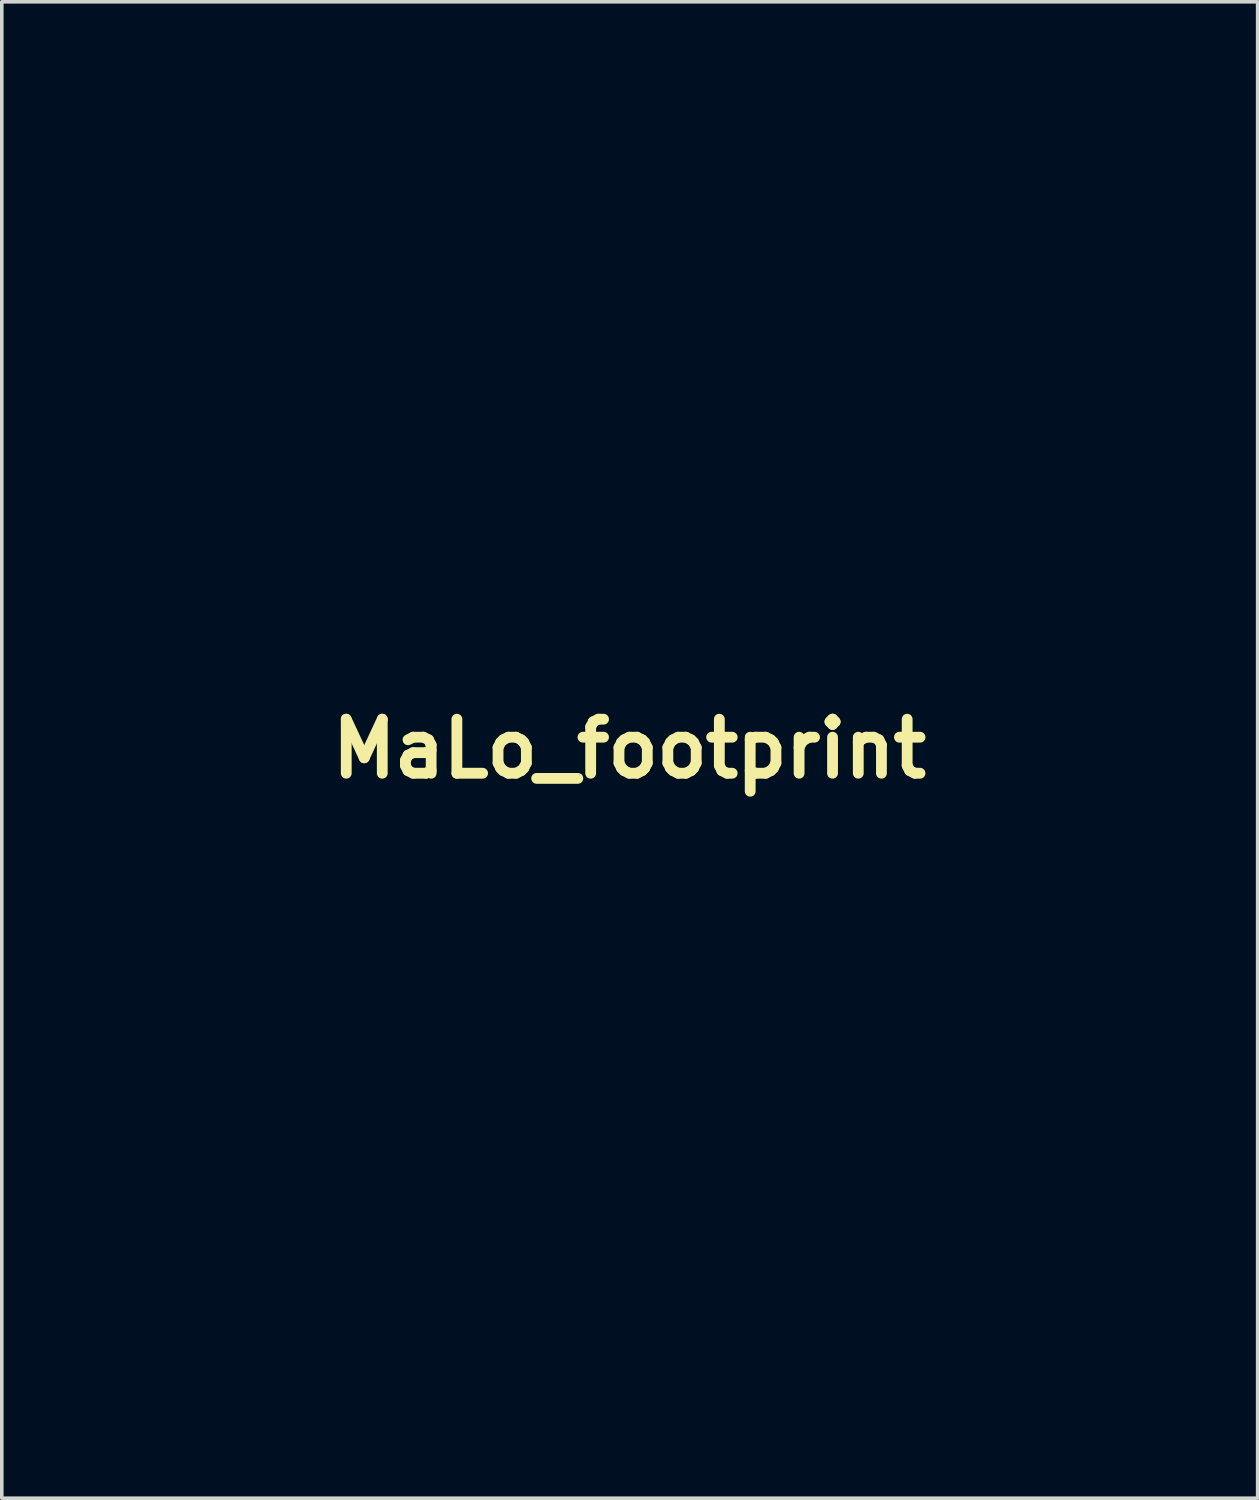
<source format=kicad_pcb>
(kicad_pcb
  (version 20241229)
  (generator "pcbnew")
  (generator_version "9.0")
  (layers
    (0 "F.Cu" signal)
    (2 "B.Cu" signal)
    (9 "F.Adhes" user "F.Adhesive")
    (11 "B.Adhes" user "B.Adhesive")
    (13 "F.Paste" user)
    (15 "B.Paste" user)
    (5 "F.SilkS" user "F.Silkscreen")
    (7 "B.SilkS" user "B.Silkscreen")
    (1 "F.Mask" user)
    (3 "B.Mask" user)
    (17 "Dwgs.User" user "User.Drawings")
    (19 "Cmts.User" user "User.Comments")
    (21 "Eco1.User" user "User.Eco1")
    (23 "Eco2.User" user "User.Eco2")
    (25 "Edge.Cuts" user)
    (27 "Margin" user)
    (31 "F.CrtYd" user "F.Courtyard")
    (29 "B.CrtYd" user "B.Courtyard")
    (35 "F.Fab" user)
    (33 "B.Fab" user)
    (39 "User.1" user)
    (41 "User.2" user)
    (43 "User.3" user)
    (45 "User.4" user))
  (footprint "MaLo_footprint"
    (layer "F.Cu")
    (at 14.419 17.737)
    (property "Reference" "MaLo_footprint" (at 0 0 0) (layer "F.SilkS") (effects (font (size 1.5 1.5) (thickness 0.3))))
    (attr board_only exclude_from_pos_files exclude_from_bom)
    (fp_poly (pts (xy -0.356 -17.647) (xy -0.341 -17.448) (xy -0.326 -17.102) (xy -0.313 -16.619) (xy -0.301 -16.011) (xy -0.291 -15.289) (xy -0.282 -14.463) (xy -0.276 -13.546) (xy -0.276 -13.528) (xy -0.252 -9.175) (xy 0.198 -9.175) (xy 0.719 -9.193) (xy 1.357 -9.246) (xy 2.066 -9.327) (xy 2.797 -9.431) (xy 3.504 -9.552) (xy 3.589 -9.569) (xy 5.477 -10.011) (xy 7.301 -10.598) (xy 9.096 -11.341) (xy 9.391 -11.479) (xy 9.774 -11.658) (xy 10.1 -11.804) (xy 10.339 -11.905) (xy 10.463 -11.947) (xy 10.474 -11.946) (xy 10.452 -11.865) (xy 10.38 -11.65) (xy 10.267 -11.329) (xy 10.123 -10.929) (xy 9.957 -10.475) (xy 9.78 -9.993) (xy 9.601 -9.511) (xy 9.429 -9.053) (xy 9.275 -8.647) (xy 9.148 -8.319) (xy 9.059 -8.095) (xy 9.015 -8.001) (xy 9.015 -8.001) (xy 8.915 -7.952) (xy 8.684 -7.867) (xy 8.354 -7.756) (xy 7.957 -7.629) (xy 7.524 -7.496) (xy 7.088 -7.368) (xy 6.681 -7.254) (xy 6.604 -7.233) (xy 5.692 -7.011) (xy 4.718 -6.808) (xy 3.722 -6.63) (xy 2.74 -6.483) (xy 1.811 -6.373) (xy 0.972 -6.306) (xy 0.341 -6.286) (xy -0.254 -6.286) (xy -0.254 -5.055) (xy -0.254 -3.823) (xy 4.953 -3.823) (xy 10.16 -3.823) (xy 10.16 -2.548) (xy 10.16 -1.274) (xy 4.953 -1.274) (xy -0.254 -1.274) (xy -0.254 -0.127) (xy -0.254 1.019) (xy 7.07 1.019) (xy 14.393 1.019) (xy 14.393 2.421) (xy 14.393 3.823) (xy 7.07 3.823) (xy -0.254 3.823) (xy -0.254 5.51) (xy -0.254 7.197) (xy 0.191 7.251) (xy 0.63 7.285) (xy 1.191 7.302) (xy 1.827 7.302) (xy 2.49 7.287) (xy 3.134 7.256) (xy 3.713 7.211) (xy 4.015 7.177) (xy 5.277 6.956) (xy 6.543 6.629) (xy 7.767 6.212) (xy 8.898 5.72) (xy 9.306 5.51) (xy 9.612 5.341) (xy 9.867 5.194) (xy 10.03 5.094) (xy 10.056 5.075) (xy 10.172 5.021) (xy 10.208 5.032) (xy 10.206 5.129) (xy 10.164 5.361) (xy 10.09 5.699) (xy 9.992 6.115) (xy 9.876 6.581) (xy 9.751 7.067) (xy 9.622 7.546) (xy 9.499 7.989) (xy 9.388 8.368) (xy 9.297 8.653) (xy 9.233 8.818) (xy 9.214 8.845) (xy 8.973 8.966) (xy 8.599 9.114) (xy 8.126 9.278) (xy 7.589 9.449) (xy 7.019 9.615) (xy 6.452 9.768) (xy 5.919 9.896) (xy 5.503 9.98) (xy 4.997 10.051) (xy 4.369 10.108) (xy 3.662 10.15) (xy 2.923 10.175) (xy 2.195 10.182) (xy 1.523 10.17) (xy 0.952 10.137) (xy 0.717 10.113) (xy 0.364 10.073) (xy 0.077 10.051) (xy -0.103 10.047) (xy -0.145 10.056) (xy -0.165 10.153) (xy -0.187 10.388) (xy -0.21 10.727) (xy -0.23 11.138) (xy -0.234 11.246) (xy -0.242 12.004) (xy -0.2 12.603) (xy -0.107 13.048) (xy 0.037 13.341) (xy 0.234 13.488) (xy 0.358 13.507) (xy 0.529 13.44) (xy 0.771 13.256) (xy 1.06 12.978) (xy 1.375 12.63) (xy 1.692 12.235) (xy 1.989 11.818) (xy 1.99 11.816) (xy 2.2 11.505) (xy 2.377 11.253) (xy 2.5 11.092) (xy 2.546 11.046) (xy 2.565 11.123) (xy 2.555 11.341) (xy 2.518 11.674) (xy 2.458 12.095) (xy 2.378 12.58) (xy 2.282 13.103) (xy 2.239 13.322) (xy 2.033 14.166) (xy 1.764 14.991) (xy 1.445 15.767) (xy 1.09 16.463) (xy 0.715 17.045) (xy 0.392 17.426) (xy 0.174 17.624) (xy -0.01 17.722) (xy -0.234 17.753) (xy -0.323 17.755) (xy -0.533 17.744) (xy -0.696 17.696) (xy -0.86 17.582) (xy -1.075 17.376) (xy -1.154 17.295) (xy -1.466 16.908) (xy -1.78 16.41) (xy -2.067 15.856) (xy -2.298 15.304) (xy -2.444 14.808) (xy -2.45 14.781) (xy -2.514 14.369) (xy -2.574 13.826) (xy -2.625 13.192) (xy -2.667 12.507) (xy -2.695 11.81) (xy -2.707 11.141) (xy -2.707 11.065) (xy -2.713 10.65) (xy -2.726 10.303) (xy -2.744 10.058) (xy -2.767 9.943) (xy -2.773 9.939) (xy -2.879 9.927) (xy -3.113 9.894) (xy -3.437 9.847) (xy -3.683 9.811) (xy -4.912 9.574) (xy -6.126 9.241) (xy -7.288 8.824) (xy -8.363 8.338) (xy -9.314 7.795) (xy -9.396 7.741) (xy -9.993 7.289) (xy -10.6 6.73) (xy -11.18 6.105) (xy -11.695 5.455) (xy -12.108 4.821) (xy -12.233 4.59) (xy -12.382 4.272) (xy -12.508 3.949) (xy -12.62 3.589) (xy -12.726 3.16) (xy -12.836 2.628) (xy -12.958 1.963) (xy -12.967 1.911) (xy -13.017 1.623) (xy -13.056 1.361) (xy -13.088 1.102) (xy -13.112 0.827) (xy -13.129 0.513) (xy -13.14 0.14) (xy -13.146 -0.314) (xy -13.147 -0.87) (xy -13.145 -1.549) (xy -13.14 -2.373) (xy -13.139 -2.548) (xy -13.135 -3.828) (xy -13.143 -4.955) (xy -13.162 -5.947) (xy -13.195 -6.821) (xy -13.242 -7.595) (xy -13.275 -7.964) (xy -10.799 -7.964) (xy -10.794 -7.877) (xy -10.768 -7.658) (xy -10.724 -7.345) (xy -10.686 -7.093) (xy -10.652 -6.83) (xy -10.624 -6.514) (xy -10.601 -6.128) (xy -10.582 -5.657) (xy -10.568 -5.084) (xy -10.557 -4.392) (xy -10.549 -3.565) (xy -10.544 -2.587) (xy -10.544 -2.464) (xy -10.54 -1.538) (xy -10.535 -0.765) (xy -10.528 -0.129) (xy -10.519 0.386) (xy -10.506 0.797) (xy -10.49 1.121) (xy -10.47 1.374) (xy -10.444 1.572) (xy -10.414 1.732) (xy -10.39 1.826) (xy -10.156 2.57) (xy -9.892 3.19) (xy -9.573 3.732) (xy -9.172 4.241) (xy -8.69 4.735) (xy -8.014 5.331) (xy -7.361 5.796) (xy -6.688 6.154) (xy -5.949 6.43) (xy -5.353 6.592) (xy -4.894 6.694) (xy -4.38 6.796) (xy -3.858 6.89) (xy -3.375 6.968) (xy -2.977 7.022) (xy -2.773 7.042) (xy -2.721 7.033) (xy -2.683 6.985) (xy -2.657 6.876) (xy -2.639 6.683) (xy -2.63 6.384) (xy -2.626 5.958) (xy -2.625 5.437) (xy -2.625 3.823) (xy -3.979 3.823) (xy -5.334 3.823) (xy -5.334 2.421) (xy -5.334 1.019) (xy -4.022 1.019) (xy -2.709 1.019) (xy -2.709 0.138) (xy -2.714 -0.263) (xy -2.728 -0.627) (xy -2.748 -0.904) (xy -2.762 -1.009) (xy -2.815 -1.274) (xy -4.075 -1.274) (xy -5.334 -1.274) (xy -5.334 -2.548) (xy -5.334 -3.823) (xy -4.064 -3.823) (xy -2.794 -3.823) (xy -2.794 -4.575) (xy -2.801 -4.997) (xy -2.818 -5.429) (xy -2.842 -5.788) (xy -2.847 -5.84) (xy -2.901 -6.353) (xy -3.631 -6.413) (xy -4.407 -6.497) (xy -5.298 -6.63) (xy -6.259 -6.802) (xy -7.246 -7.003) (xy -8.214 -7.225) (xy -9.117 -7.457) (xy -9.913 -7.691) (xy -10.155 -7.771) (xy -10.451 -7.869) (xy -10.677 -7.938) (xy -10.792 -7.965) (xy -10.799 -7.964) (xy -13.275 -7.964) (xy -13.304 -8.286) (xy -13.382 -8.911) (xy -13.477 -9.487) (xy -13.51 -9.661) (xy -13.622 -10.169) (xy -13.757 -10.688) (xy -13.903 -11.183) (xy -14.05 -11.619) (xy -14.186 -11.962) (xy -14.301 -12.179) (xy -14.317 -12.2) (xy -14.369 -12.297) (xy -14.351 -12.318) (xy -14.256 -12.288) (xy -14.029 -12.204) (xy -13.694 -12.075) (xy -13.277 -11.912) (xy -12.801 -11.724) (xy -12.71 -11.688) (xy -10.763 -10.96) (xy -8.889 -10.364) (xy -7.06 -9.892) (xy -5.251 -9.537) (xy -4.239 -9.387) (xy -3.733 -9.316) (xy -3.373 -9.272) (xy -3.134 -9.274) (xy -2.994 -9.344) (xy -2.928 -9.502) (xy -2.912 -9.767) (xy -2.923 -10.162) (xy -2.933 -10.513) (xy -2.945 -11.021) (xy -2.957 -11.643) (xy -2.97 -12.319) (xy -2.983 -12.994) (xy -2.992 -13.476) (xy -3.021 -15.187) (xy -2.653 -15.237) (xy -2.109 -15.394) (xy -1.613 -15.707) (xy -1.164 -16.18) (xy -0.761 -16.814) (xy -0.401 -17.611) (xy -0.372 -17.687)) (stroke (width 0.1) (type solid)) (fill no) (layer "Eco2.User")))
  (gr_rect
    (start -3 -3)
    (end 31.863 38.541)
    (stroke (width 0.1) (type default))
    (fill no)
    (layer "Edge.Cuts")))
</source>
